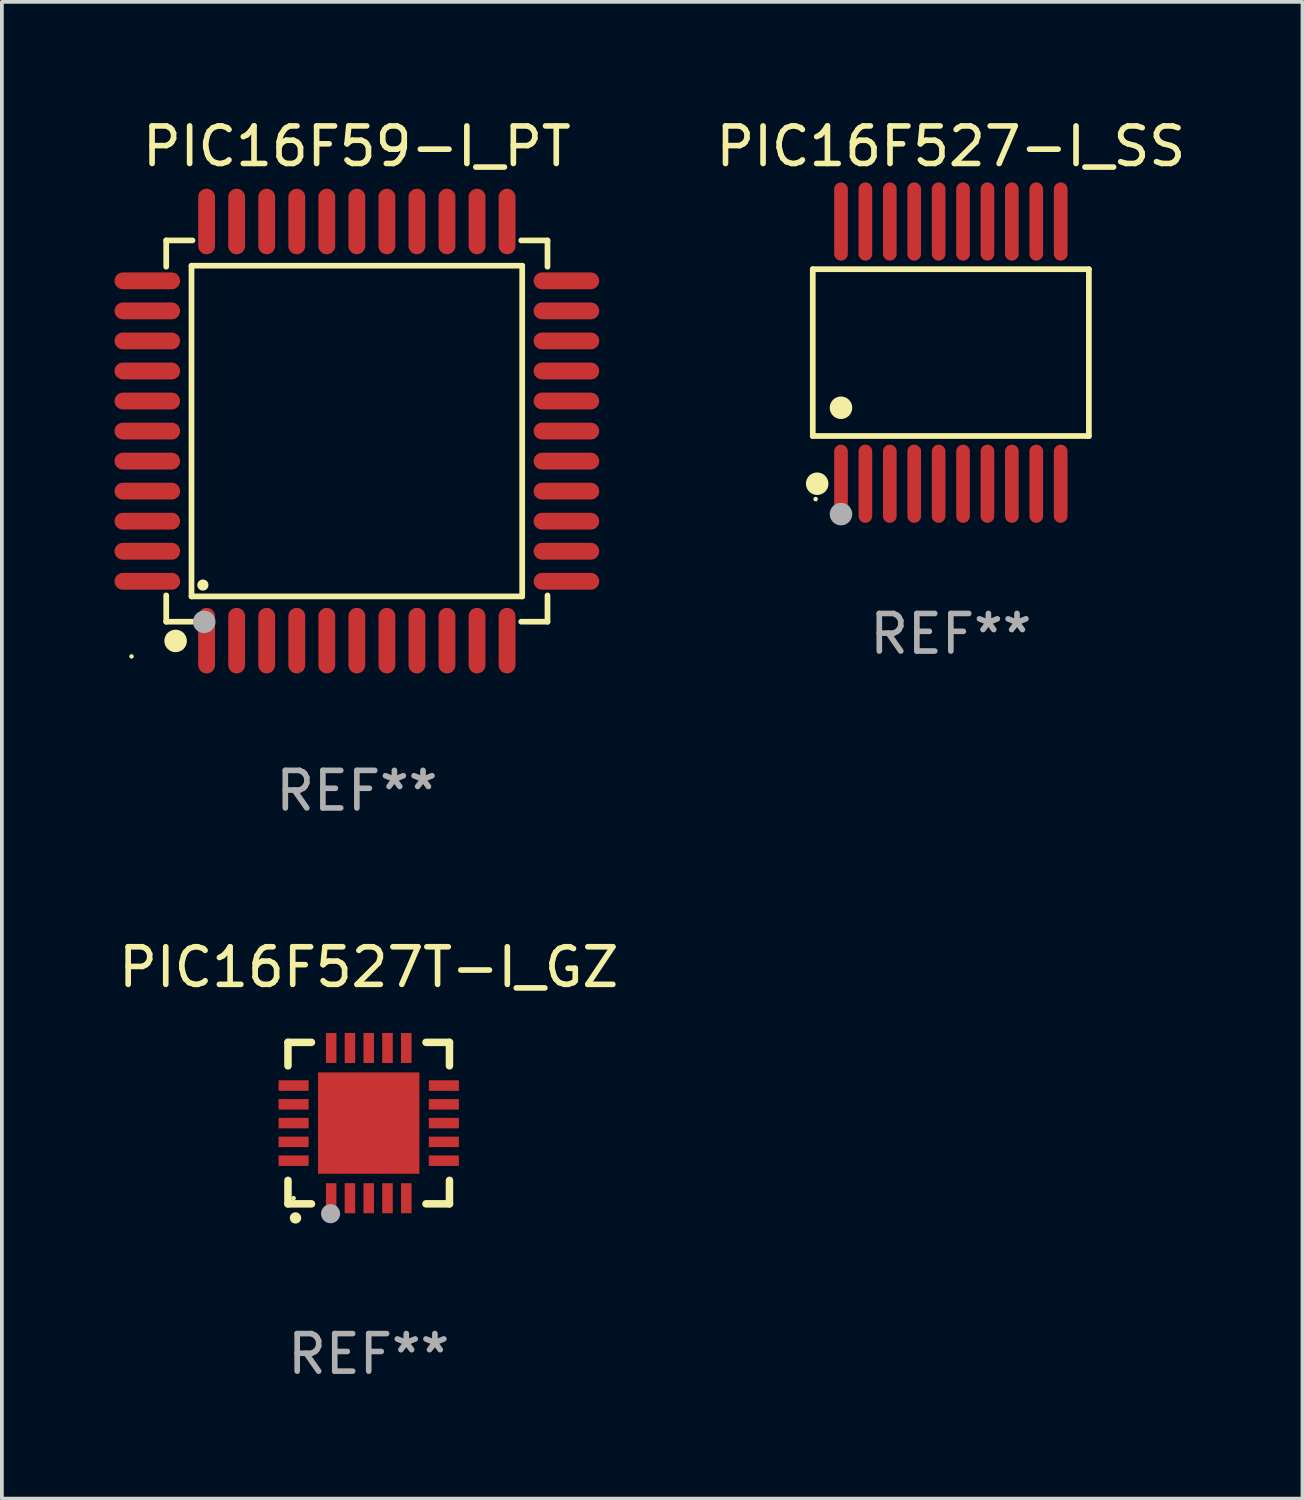
<source format=kicad_pcb>
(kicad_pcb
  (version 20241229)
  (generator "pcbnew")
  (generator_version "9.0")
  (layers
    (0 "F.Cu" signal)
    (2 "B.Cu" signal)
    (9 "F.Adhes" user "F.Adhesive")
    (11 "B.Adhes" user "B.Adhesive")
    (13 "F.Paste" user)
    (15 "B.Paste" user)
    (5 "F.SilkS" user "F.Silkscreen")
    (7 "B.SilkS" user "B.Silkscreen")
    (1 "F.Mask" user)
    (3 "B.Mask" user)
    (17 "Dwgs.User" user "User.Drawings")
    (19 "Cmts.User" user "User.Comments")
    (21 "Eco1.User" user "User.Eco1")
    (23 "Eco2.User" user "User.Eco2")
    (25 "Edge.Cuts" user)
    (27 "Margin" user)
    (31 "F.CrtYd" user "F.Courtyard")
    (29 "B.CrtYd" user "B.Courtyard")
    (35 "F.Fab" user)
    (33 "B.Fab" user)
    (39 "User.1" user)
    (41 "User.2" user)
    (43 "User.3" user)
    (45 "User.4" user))
  (footprint "PIC16F527T-I_GZ"
    (layer "F.Cu")
    (at 6.768 26.855)
    (property "Reference" "PIC16F527T-I_GZ" (at 0 -4.15 0) (layer "F.SilkS") (effects (font (size 1 1) (thickness 0.15))))
    (attr through_hole)
    (fp_line (start -2.15 -2.15) (end -2.15 -1.525) (stroke (width 0.2) (type solid)) (layer "F.SilkS"))
    (fp_line (start -2.15 2.15) (end -2.15 1.525) (stroke (width 0.2) (type solid)) (layer "F.SilkS"))
    (fp_line (start -1.525 -2.15) (end -2.15 -2.15) (stroke (width 0.2) (type solid)) (layer "F.SilkS"))
    (fp_line (start -1.525 2.15) (end -2.15 2.15) (stroke (width 0.2) (type solid)) (layer "F.SilkS"))
    (fp_line (start 1.525 2.15) (end 2.15 2.15) (stroke (width 0.2) (type solid)) (layer "F.SilkS"))
    (fp_line (start 2.15 -2.15) (end 1.525 -2.15) (stroke (width 0.2) (type solid)) (layer "F.SilkS"))
    (fp_line (start 2.15 -1.525) (end 2.15 -2.15) (stroke (width 0.2) (type solid)) (layer "F.SilkS"))
    (fp_line (start 2.15 2.15) (end 2.15 1.525) (stroke (width 0.2) (type solid)) (layer "F.SilkS"))
    (fp_arc (start -1.950724 2.524765) (mid -1.949454 2.52476) (end -1.948184 2.524765) (stroke (width 0.3) (type solid)) (layer "F.SilkS"))
    (fp_circle (center -2 2) (end -1.97 2) (stroke (width 0.06) (type solid)) (fill no) (layer "F.SilkS"))
    (fp_circle (center -1.016 2.413) (end -0.889 2.413) (stroke (width 0.254) (type solid)) (fill no) (layer "F.Fab"))
    (fp_text user "REF**" (at 0 6.15 0) (layer "F.Fab") (effects (font (size 1 1) (thickness 0.15))))
    (pad "1" smd rect (at -1 2 180) (size 0.28 0.8) (layers "F.Cu" "F.Mask" "F.Paste"))
    (pad "2" smd rect (at -0.5 2 180) (size 0.28 0.8) (layers "F.Cu" "F.Mask" "F.Paste"))
    (pad "3" smd rect (at 0 2 180) (size 0.28 0.8) (layers "F.Cu" "F.Mask" "F.Paste"))
    (pad "4" smd rect (at 0.5 2 180) (size 0.28 0.8) (layers "F.Cu" "F.Mask" "F.Paste"))
    (pad "5" smd rect (at 1 2 180) (size 0.28 0.8) (layers "F.Cu" "F.Mask" "F.Paste"))
    (pad "6" smd rect (at 2 1 90) (size 0.28 0.8) (layers "F.Cu" "F.Mask" "F.Paste"))
    (pad "7" smd rect (at 2 0.5 90) (size 0.28 0.8) (layers "F.Cu" "F.Mask" "F.Paste"))
    (pad "8" smd rect (at 2 0 90) (size 0.28 0.8) (layers "F.Cu" "F.Mask" "F.Paste"))
    (pad "9" smd rect (at 2 -0.5 90) (size 0.28 0.8) (layers "F.Cu" "F.Mask" "F.Paste"))
    (pad "10" smd rect (at 2 -1 90) (size 0.28 0.8) (layers "F.Cu" "F.Mask" "F.Paste"))
    (pad "11" smd rect (at 1 -2 180) (size 0.28 0.8) (layers "F.Cu" "F.Mask" "F.Paste"))
    (pad "12" smd rect (at 0.5 -2 180) (size 0.28 0.8) (layers "F.Cu" "F.Mask" "F.Paste"))
    (pad "13" smd rect (at 0 -2 180) (size 0.28 0.8) (layers "F.Cu" "F.Mask" "F.Paste"))
    (pad "14" smd rect (at -0.5 -2 180) (size 0.28 0.8) (layers "F.Cu" "F.Mask" "F.Paste"))
    (pad "15" smd rect (at -1 -2 180) (size 0.28 0.8) (layers "F.Cu" "F.Mask" "F.Paste"))
    (pad "16" smd rect (at -2 -1 90) (size 0.28 0.8) (layers "F.Cu" "F.Mask" "F.Paste"))
    (pad "17" smd rect (at -2 -0.5 90) (size 0.28 0.8) (layers "F.Cu" "F.Mask" "F.Paste"))
    (pad "18" smd rect (at -2 0 90) (size 0.28 0.8) (layers "F.Cu" "F.Mask" "F.Paste"))
    (pad "19" smd rect (at -2 0.5 90) (size 0.28 0.8) (layers "F.Cu" "F.Mask" "F.Paste"))
    (pad "20" smd rect (at -2 1 90) (size 0.28 0.8) (layers "F.Cu" "F.Mask" "F.Paste"))
    (pad "21" smd rect (at 0 0 90) (size 2.7 2.7) (layers "F.Cu" "F.Mask" "F.Paste")))
  (footprint "PIC16F527-I_SS"
    (layer "F.Cu")
    (at 22.268 6.339)
    (property "Reference" "PIC16F527-I_SS" (at 0 -5.491 0) (layer "F.SilkS") (effects (font (size 1 1) (thickness 0.15))))
    (attr through_hole)
    (fp_line (start -3.676 -2.221) (end 3.676 -2.221) (stroke (width 0.152) (type solid)) (layer "F.SilkS"))
    (fp_line (start -3.676 2.221) (end -3.676 -2.221) (stroke (width 0.152) (type solid)) (layer "F.SilkS"))
    (fp_line (start 3.676 -2.221) (end 3.676 2.221) (stroke (width 0.152) (type solid)) (layer "F.SilkS"))
    (fp_line (start 3.676 2.221) (end -3.676 2.221) (stroke (width 0.152) (type solid)) (layer "F.SilkS"))
    (fp_circle (center -3.6 3.9) (end -3.57 3.9) (stroke (width 0.06) (type solid)) (fill no) (layer "F.SilkS"))
    (fp_circle (center -3.559 3.491) (end -3.409 3.491) (stroke (width 0.3) (type solid)) (fill no) (layer "F.SilkS"))
    (fp_circle (center -2.925 1.469) (end -2.775 1.469) (stroke (width 0.3) (type solid)) (fill no) (layer "F.SilkS"))
    (fp_circle (center -2.925 4.3) (end -2.775 4.3) (stroke (width 0.3) (type solid)) (fill no) (layer "F.Fab"))
    (fp_text user "REF**" (at 0 7.491 0) (layer "F.Fab") (effects (font (size 1 1) (thickness 0.15))))
    (pad "1" smd oval (at -2.925 3.491) (size 0.364 2.082) (layers "F.Cu" "F.Mask" "F.Paste"))
    (pad "2" smd oval (at -2.275 3.491) (size 0.364 2.082) (layers "F.Cu" "F.Mask" "F.Paste"))
    (pad "3" smd oval (at -1.625 3.491) (size 0.364 2.082) (layers "F.Cu" "F.Mask" "F.Paste"))
    (pad "4" smd oval (at -0.975 3.491) (size 0.364 2.082) (layers "F.Cu" "F.Mask" "F.Paste"))
    (pad "5" smd oval (at -0.325 3.491) (size 0.364 2.082) (layers "F.Cu" "F.Mask" "F.Paste"))
    (pad "6" smd oval (at 0.325 3.491) (size 0.364 2.082) (layers "F.Cu" "F.Mask" "F.Paste"))
    (pad "7" smd oval (at 0.975 3.491) (size 0.364 2.082) (layers "F.Cu" "F.Mask" "F.Paste"))
    (pad "8" smd oval (at 1.625 3.491) (size 0.364 2.082) (layers "F.Cu" "F.Mask" "F.Paste"))
    (pad "9" smd oval (at 2.275 3.491) (size 0.364 2.082) (layers "F.Cu" "F.Mask" "F.Paste"))
    (pad "10" smd oval (at 2.925 3.491) (size 0.364 2.082) (layers "F.Cu" "F.Mask" "F.Paste"))
    (pad "11" smd oval (at 2.925 -3.491) (size 0.364 2.082) (layers "F.Cu" "F.Mask" "F.Paste"))
    (pad "12" smd oval (at 2.275 -3.491) (size 0.364 2.082) (layers "F.Cu" "F.Mask" "F.Paste"))
    (pad "13" smd oval (at 1.625 -3.491) (size 0.364 2.082) (layers "F.Cu" "F.Mask" "F.Paste"))
    (pad "14" smd oval (at 0.975 -3.491) (size 0.364 2.082) (layers "F.Cu" "F.Mask" "F.Paste"))
    (pad "15" smd oval (at 0.325 -3.491) (size 0.364 2.082) (layers "F.Cu" "F.Mask" "F.Paste"))
    (pad "16" smd oval (at -0.325 -3.491) (size 0.364 2.082) (layers "F.Cu" "F.Mask" "F.Paste"))
    (pad "17" smd oval (at -0.975 -3.491) (size 0.364 2.082) (layers "F.Cu" "F.Mask" "F.Paste"))
    (pad "18" smd oval (at -1.625 -3.491) (size 0.364 2.082) (layers "F.Cu" "F.Mask" "F.Paste"))
    (pad "19" smd oval (at -2.275 -3.491) (size 0.364 2.082) (layers "F.Cu" "F.Mask" "F.Paste"))
    (pad "20" smd oval (at -2.925 -3.491) (size 0.364 2.082) (layers "F.Cu" "F.Mask" "F.Paste")))
  (footprint "PIC16F59-I_PT"
    (layer "F.Cu")
    (at 6.452 8.428)
    (property "Reference" "PIC16F59-I_PT" (at 0 -7.58 0) (layer "F.SilkS") (effects (font (size 1 1) (thickness 0.15))))
    (attr through_hole)
    (fp_line (start -5.076 -5.076) (end -5.076 -4.376) (stroke (width 0.152) (type solid)) (layer "F.SilkS"))
    (fp_line (start -5.076 5.076) (end -5.076 4.376) (stroke (width 0.152) (type solid)) (layer "F.SilkS"))
    (fp_line (start -4.403 -4.403) (end 4.403 -4.403) (stroke (width 0.152) (type solid)) (layer "F.SilkS"))
    (fp_line (start -4.403 4.403) (end -4.403 -4.403) (stroke (width 0.152) (type solid)) (layer "F.SilkS"))
    (fp_line (start -4.376 -5.076) (end -5.076 -5.076) (stroke (width 0.152) (type solid)) (layer "F.SilkS"))
    (fp_line (start -4.376 5.076) (end -5.076 5.076) (stroke (width 0.152) (type solid)) (layer "F.SilkS"))
    (fp_line (start 4.376 -5.076) (end 5.076 -5.076) (stroke (width 0.152) (type solid)) (layer "F.SilkS"))
    (fp_line (start 4.376 5.076) (end 5.076 5.076) (stroke (width 0.152) (type solid)) (layer "F.SilkS"))
    (fp_line (start 4.403 -4.403) (end 4.403 4.403) (stroke (width 0.152) (type solid)) (layer "F.SilkS"))
    (fp_line (start 4.403 4.403) (end -4.403 4.403) (stroke (width 0.152) (type solid)) (layer "F.SilkS"))
    (fp_line (start 5.076 -5.076) (end 5.076 -4.376) (stroke (width 0.152) (type solid)) (layer "F.SilkS"))
    (fp_line (start 5.076 5.076) (end 5.076 4.376) (stroke (width 0.152) (type solid)) (layer "F.SilkS"))
    (fp_circle (center -6 6) (end -5.97 6) (stroke (width 0.06) (type solid)) (fill no) (layer "F.SilkS"))
    (fp_circle (center -4.826 5.588) (end -4.676 5.588) (stroke (width 0.3) (type solid)) (fill no) (layer "F.SilkS"))
    (fp_circle (center -4.1 4.1) (end -4.025 4.1) (stroke (width 0.15) (type solid)) (fill no) (layer "F.SilkS"))
    (fp_circle (center -4.064 5.08) (end -3.914 5.08) (stroke (width 0.3) (type solid)) (fill no) (layer "F.Fab"))
    (fp_text user "REF**" (at 0 9.58 0) (layer "F.Fab") (effects (font (size 1 1) (thickness 0.15))))
    (pad "1" smd oval (at -4 5.58) (size 0.448 1.745) (layers "F.Cu" "F.Mask" "F.Paste"))
    (pad "2" smd oval (at -3.2 5.58) (size 0.448 1.745) (layers "F.Cu" "F.Mask" "F.Paste"))
    (pad "3" smd oval (at -2.4 5.58) (size 0.448 1.745) (layers "F.Cu" "F.Mask" "F.Paste"))
    (pad "4" smd oval (at -1.6 5.58) (size 0.448 1.745) (layers "F.Cu" "F.Mask" "F.Paste"))
    (pad "5" smd oval (at -0.8 5.58) (size 0.448 1.745) (layers "F.Cu" "F.Mask" "F.Paste"))
    (pad "6" smd oval (at 0 5.58) (size 0.448 1.745) (layers "F.Cu" "F.Mask" "F.Paste"))
    (pad "7" smd oval (at 0.8 5.58) (size 0.448 1.745) (layers "F.Cu" "F.Mask" "F.Paste"))
    (pad "8" smd oval (at 1.6 5.58) (size 0.448 1.745) (layers "F.Cu" "F.Mask" "F.Paste"))
    (pad "9" smd oval (at 2.4 5.58) (size 0.448 1.745) (layers "F.Cu" "F.Mask" "F.Paste"))
    (pad "10" smd oval (at 3.2 5.58) (size 0.448 1.745) (layers "F.Cu" "F.Mask" "F.Paste"))
    (pad "11" smd oval (at 4 5.58) (size 0.448 1.745) (layers "F.Cu" "F.Mask" "F.Paste"))
    (pad "12" smd oval (at 5.58 4) (size 1.745 0.448) (layers "F.Cu" "F.Mask" "F.Paste"))
    (pad "13" smd oval (at 5.58 3.2) (size 1.745 0.448) (layers "F.Cu" "F.Mask" "F.Paste"))
    (pad "14" smd oval (at 5.58 2.4) (size 1.745 0.448) (layers "F.Cu" "F.Mask" "F.Paste"))
    (pad "15" smd oval (at 5.58 1.6) (size 1.745 0.448) (layers "F.Cu" "F.Mask" "F.Paste"))
    (pad "16" smd oval (at 5.58 0.8) (size 1.745 0.448) (layers "F.Cu" "F.Mask" "F.Paste"))
    (pad "17" smd oval (at 5.58 0) (size 1.745 0.448) (layers "F.Cu" "F.Mask" "F.Paste"))
    (pad "18" smd oval (at 5.58 -0.8) (size 1.745 0.448) (layers "F.Cu" "F.Mask" "F.Paste"))
    (pad "19" smd oval (at 5.58 -1.6) (size 1.745 0.448) (layers "F.Cu" "F.Mask" "F.Paste"))
    (pad "20" smd oval (at 5.58 -2.4) (size 1.745 0.448) (layers "F.Cu" "F.Mask" "F.Paste"))
    (pad "21" smd oval (at 5.58 -3.2) (size 1.745 0.448) (layers "F.Cu" "F.Mask" "F.Paste"))
    (pad "22" smd oval (at 5.58 -4) (size 1.745 0.448) (layers "F.Cu" "F.Mask" "F.Paste"))
    (pad "23" smd oval (at 4 -5.58) (size 0.448 1.745) (layers "F.Cu" "F.Mask" "F.Paste"))
    (pad "24" smd oval (at 3.2 -5.58) (size 0.448 1.745) (layers "F.Cu" "F.Mask" "F.Paste"))
    (pad "25" smd oval (at 2.4 -5.58) (size 0.448 1.745) (layers "F.Cu" "F.Mask" "F.Paste"))
    (pad "26" smd oval (at 1.6 -5.58) (size 0.448 1.745) (layers "F.Cu" "F.Mask" "F.Paste"))
    (pad "27" smd oval (at 0.8 -5.58) (size 0.448 1.745) (layers "F.Cu" "F.Mask" "F.Paste"))
    (pad "28" smd oval (at 0 -5.58) (size 0.448 1.745) (layers "F.Cu" "F.Mask" "F.Paste"))
    (pad "29" smd oval (at -0.8 -5.58) (size 0.448 1.745) (layers "F.Cu" "F.Mask" "F.Paste"))
    (pad "30" smd oval (at -1.6 -5.58) (size 0.448 1.745) (layers "F.Cu" "F.Mask" "F.Paste"))
    (pad "31" smd oval (at -2.4 -5.58) (size 0.448 1.745) (layers "F.Cu" "F.Mask" "F.Paste"))
    (pad "32" smd oval (at -3.2 -5.58) (size 0.448 1.745) (layers "F.Cu" "F.Mask" "F.Paste"))
    (pad "33" smd oval (at -4 -5.58) (size 0.448 1.745) (layers "F.Cu" "F.Mask" "F.Paste"))
    (pad "34" smd oval (at -5.58 -4) (size 1.745 0.448) (layers "F.Cu" "F.Mask" "F.Paste"))
    (pad "35" smd oval (at -5.58 -3.2) (size 1.745 0.448) (layers "F.Cu" "F.Mask" "F.Paste"))
    (pad "36" smd oval (at -5.58 -2.4) (size 1.745 0.448) (layers "F.Cu" "F.Mask" "F.Paste"))
    (pad "37" smd oval (at -5.58 -1.6) (size 1.745 0.448) (layers "F.Cu" "F.Mask" "F.Paste"))
    (pad "38" smd oval (at -5.58 -0.8) (size 1.745 0.448) (layers "F.Cu" "F.Mask" "F.Paste"))
    (pad "39" smd oval (at -5.58 0) (size 1.745 0.448) (layers "F.Cu" "F.Mask" "F.Paste"))
    (pad "40" smd oval (at -5.58 0.8) (size 1.745 0.448) (layers "F.Cu" "F.Mask" "F.Paste"))
    (pad "41" smd oval (at -5.58 1.6) (size 1.745 0.448) (layers "F.Cu" "F.Mask" "F.Paste"))
    (pad "42" smd oval (at -5.58 2.4) (size 1.745 0.448) (layers "F.Cu" "F.Mask" "F.Paste"))
    (pad "43" smd oval (at -5.58 3.2) (size 1.745 0.448) (layers "F.Cu" "F.Mask" "F.Paste"))
    (pad "44" smd oval (at -5.58 4) (size 1.745 0.448) (layers "F.Cu" "F.Mask" "F.Paste")))
  (gr_rect
    (start -3 -3)
    (end 31.631 36.853)
    (stroke (width 0.1) (type default))
    (fill no)
    (layer "Edge.Cuts")))
</source>
